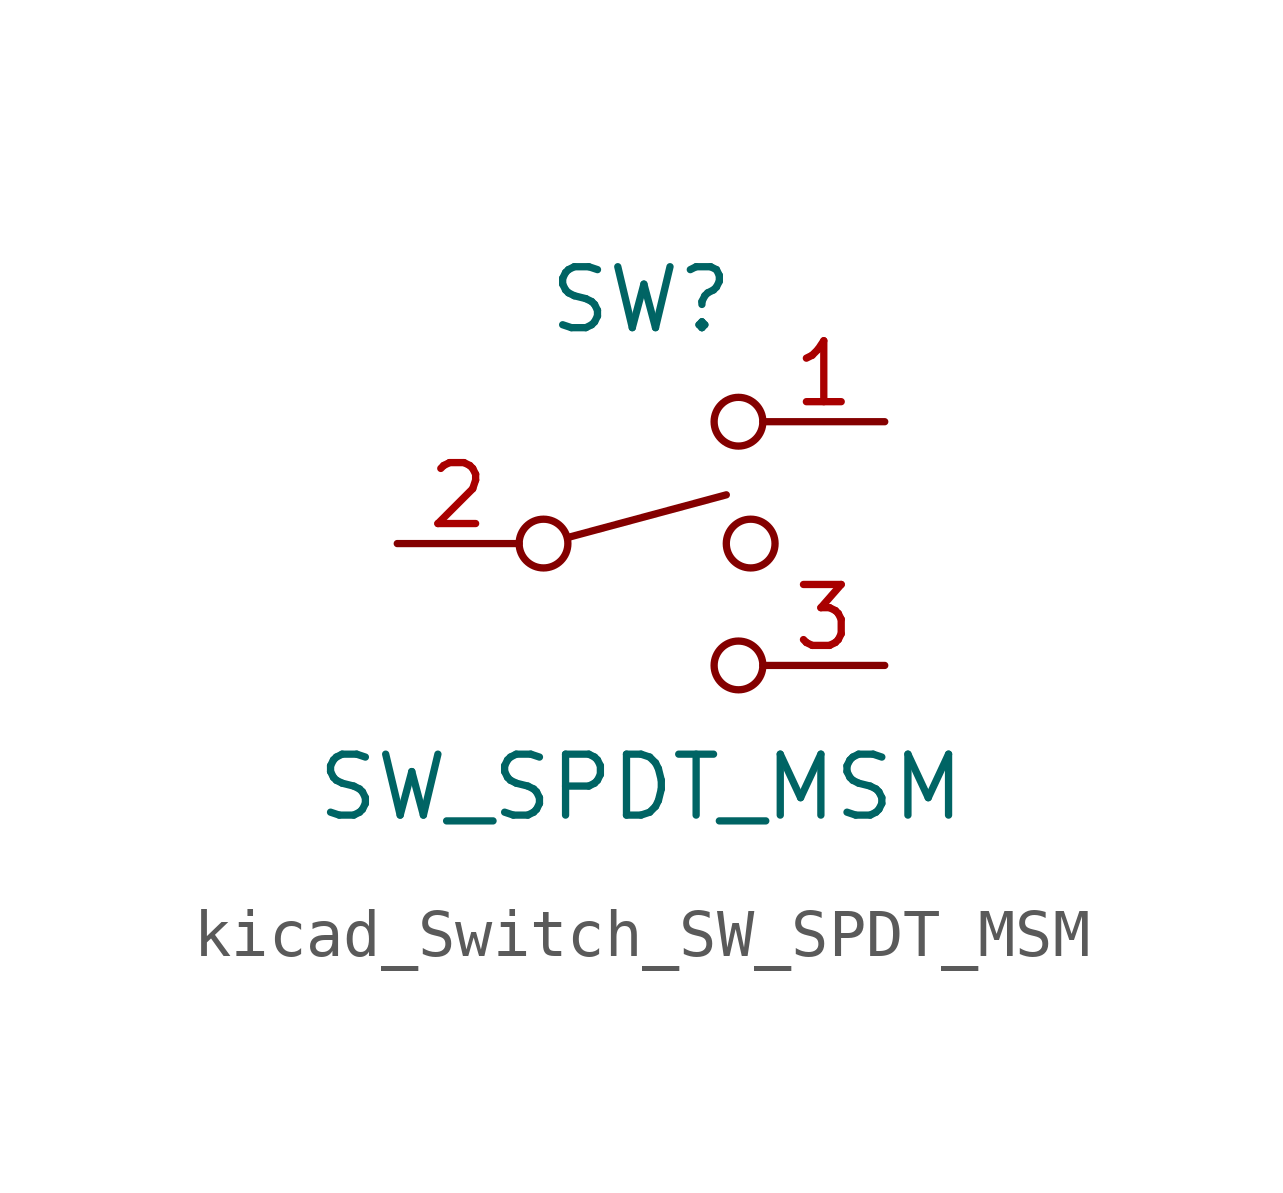
<source format=kicad_sym>
(kicad_symbol_lib
  (version 20220914)
  (generator kicad_symbol_editor)
  (symbol "kicad_Switch_SW_SPDT_MSM"
    (pin_names
      (offset 0) hide)
    (property "Reference" "SW"
      (at 0 5.08 0)
      (effects (font (size 1.27 1.27))))
    (property "Value" "SW_SPDT_MSM"
      (at 0 -5.08 0)
      (effects (font (size 1.27 1.27))))
    (symbol "kicad_Switch_SW_SPDT_MSM_0_0"
      (circle (center -2.032 0) (radius 0.508) (stroke (width 0) (type default)) (fill (type none)))
      (polyline (pts (xy -1.524 0.127) (xy 1.778 1.016)) (stroke (width 0) (type default)) (fill (type none)))
      (circle (center 2.032 -2.54) (radius 0.508) (stroke (width 0) (type default)) (fill (type none))))
    (symbol "kicad_Switch_SW_SPDT_MSM_0_1"
      (circle (center 2.032 2.54) (radius 0.508) (stroke (width 0) (type default)) (fill (type none)))
      (circle (center 2.286 0) (radius 0.508) (stroke (width 0) (type default)) (fill (type none))))
    (symbol "kicad_Switch_SW_SPDT_MSM_1_1"
      (pin passive line (at 5.08 2.54 180) (length 2.54) (name "1" (effects (font (size 1.27 1.27)))) (number "1" (effects (font (size 1.27 1.27)))))
      (pin passive line (at -5.08 0 0) (length 2.54) (name "2" (effects (font (size 1.27 1.27)))) (number "2" (effects (font (size 1.27 1.27)))))
      (pin passive line (at 5.08 -2.54 180) (length 2.54) (name "3" (effects (font (size 1.27 1.27)))) (number "3" (effects (font (size 1.27 1.27))))))))
</source>
